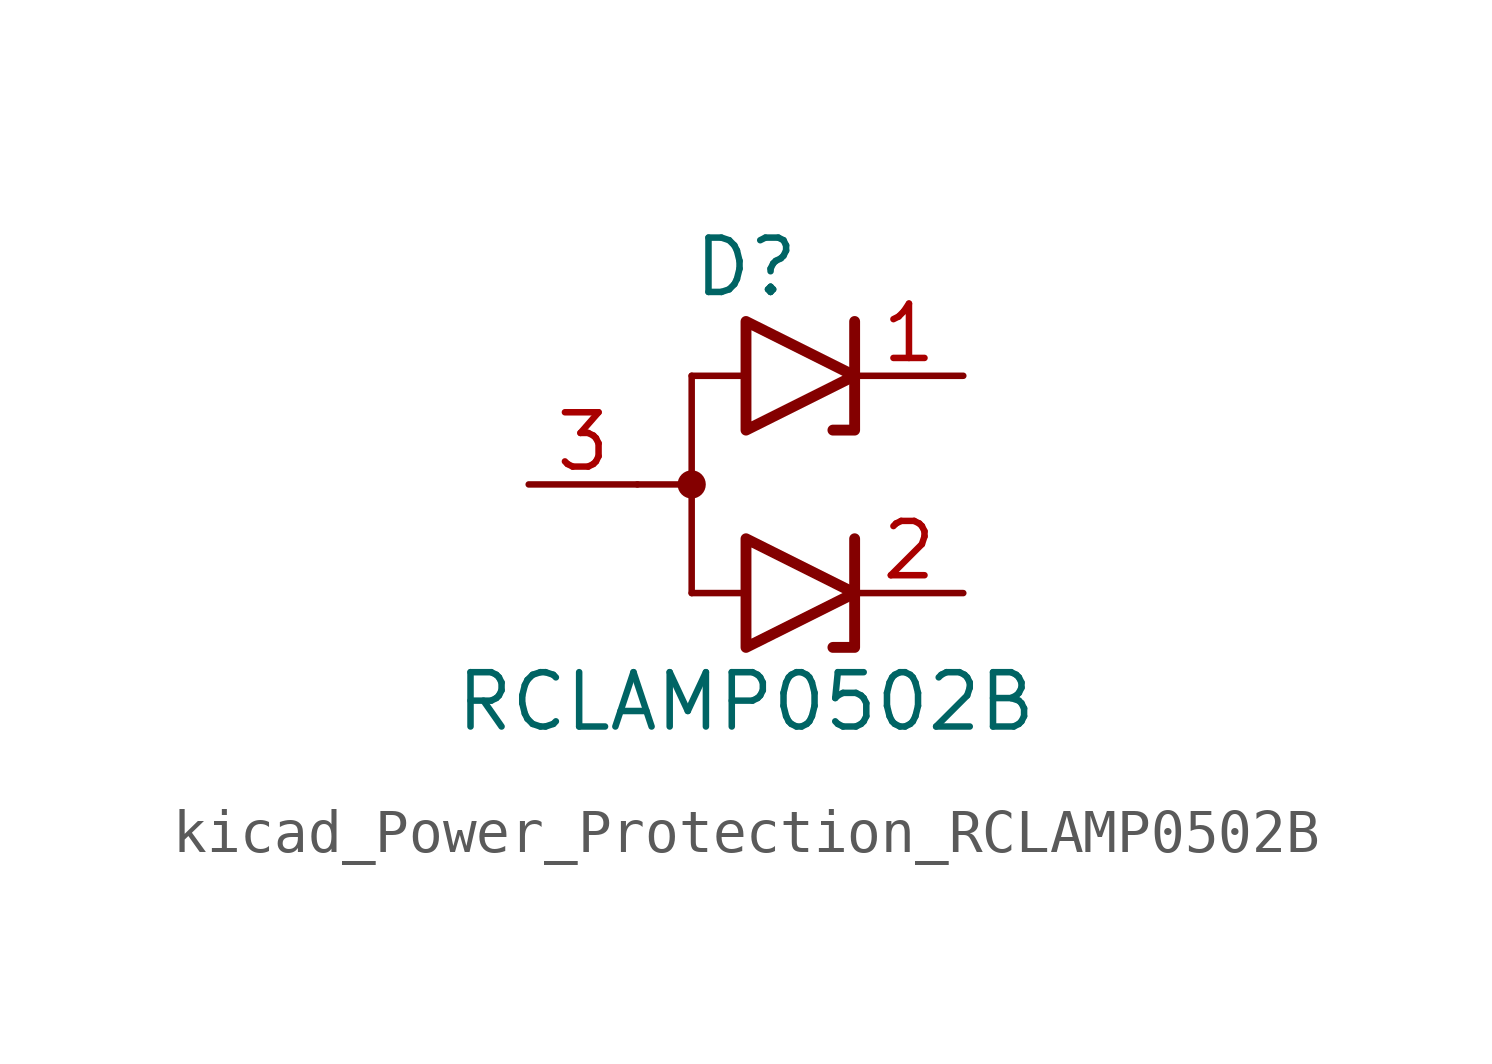
<source format=kicad_sym>
(kicad_symbol_lib
  (version 20220914)
  (generator kicad_symbol_editor)
  (symbol "kicad_Power_Protection_RCLAMP0502B"
    (pin_names hide)
    (property "Reference" "D"
      (at 0 5.08 0)
      (effects (font (size 1.27 1.27))))
    (property "Value" "RCLAMP0502B"
      (at 0 -5.08 0)
      (effects (font (size 1.27 1.27))))
    (symbol "kicad_Power_Protection_RCLAMP0502B_0_1"
      (polyline (pts (xy -2.54 0) (xy -1.27 0)) (stroke (width 0) (type default)) (fill (type none)))
      (polyline (pts (xy -1.27 2.54) (xy -1.27 -2.54)) (stroke (width 0) (type default)) (fill (type none)))
      (polyline (pts (xy 0 2.54) (xy -1.27 2.54)) (stroke (width 0.152) (type default)) (fill (type none)))
      (polyline (pts (xy 2.54 3.81) (xy 2.54 1.27) (xy 2.032 1.27)) (stroke (width 0.254) (type default)) (fill (type none)))
      (polyline (pts (xy 0 1.27) (xy 0 3.81) (xy 2.54 2.54) (xy 0 1.27)) (stroke (width 0.254) (type default)) (fill (type none)))
      (pin passive line (at -5.08 0 0) (length 2.54) (name "A" (effects (font (size 1.27 1.27)))) (number "3" (effects (font (size 1.27 1.27))))))
    (symbol "kicad_Power_Protection_RCLAMP0502B_1_1"
      (circle (center -1.27 0) (radius 0.254) (stroke (width 0) (type default)) (fill (type outline)))
      (polyline (pts (xy 0 -2.54) (xy -1.27 -2.54)) (stroke (width 0.152) (type default)) (fill (type none)))
      (polyline (pts (xy 2.54 -1.27) (xy 2.54 -3.81) (xy 2.032 -3.81)) (stroke (width 0.254) (type default)) (fill (type none)))
      (polyline (pts (xy 0 -3.81) (xy 0 -1.27) (xy 2.54 -2.54) (xy 0 -3.81)) (stroke (width 0.254) (type default)) (fill (type none)))
      (pin passive line (at 5.08 2.54 180) (length 2.54) (name "K1" (effects (font (size 1.27 1.27)))) (number "1" (effects (font (size 1.27 1.27)))))
      (pin passive line (at 5.08 -2.54 180) (length 2.54) (name "K2" (effects (font (size 1.27 1.27)))) (number "2" (effects (font (size 1.27 1.27))))))))
</source>
